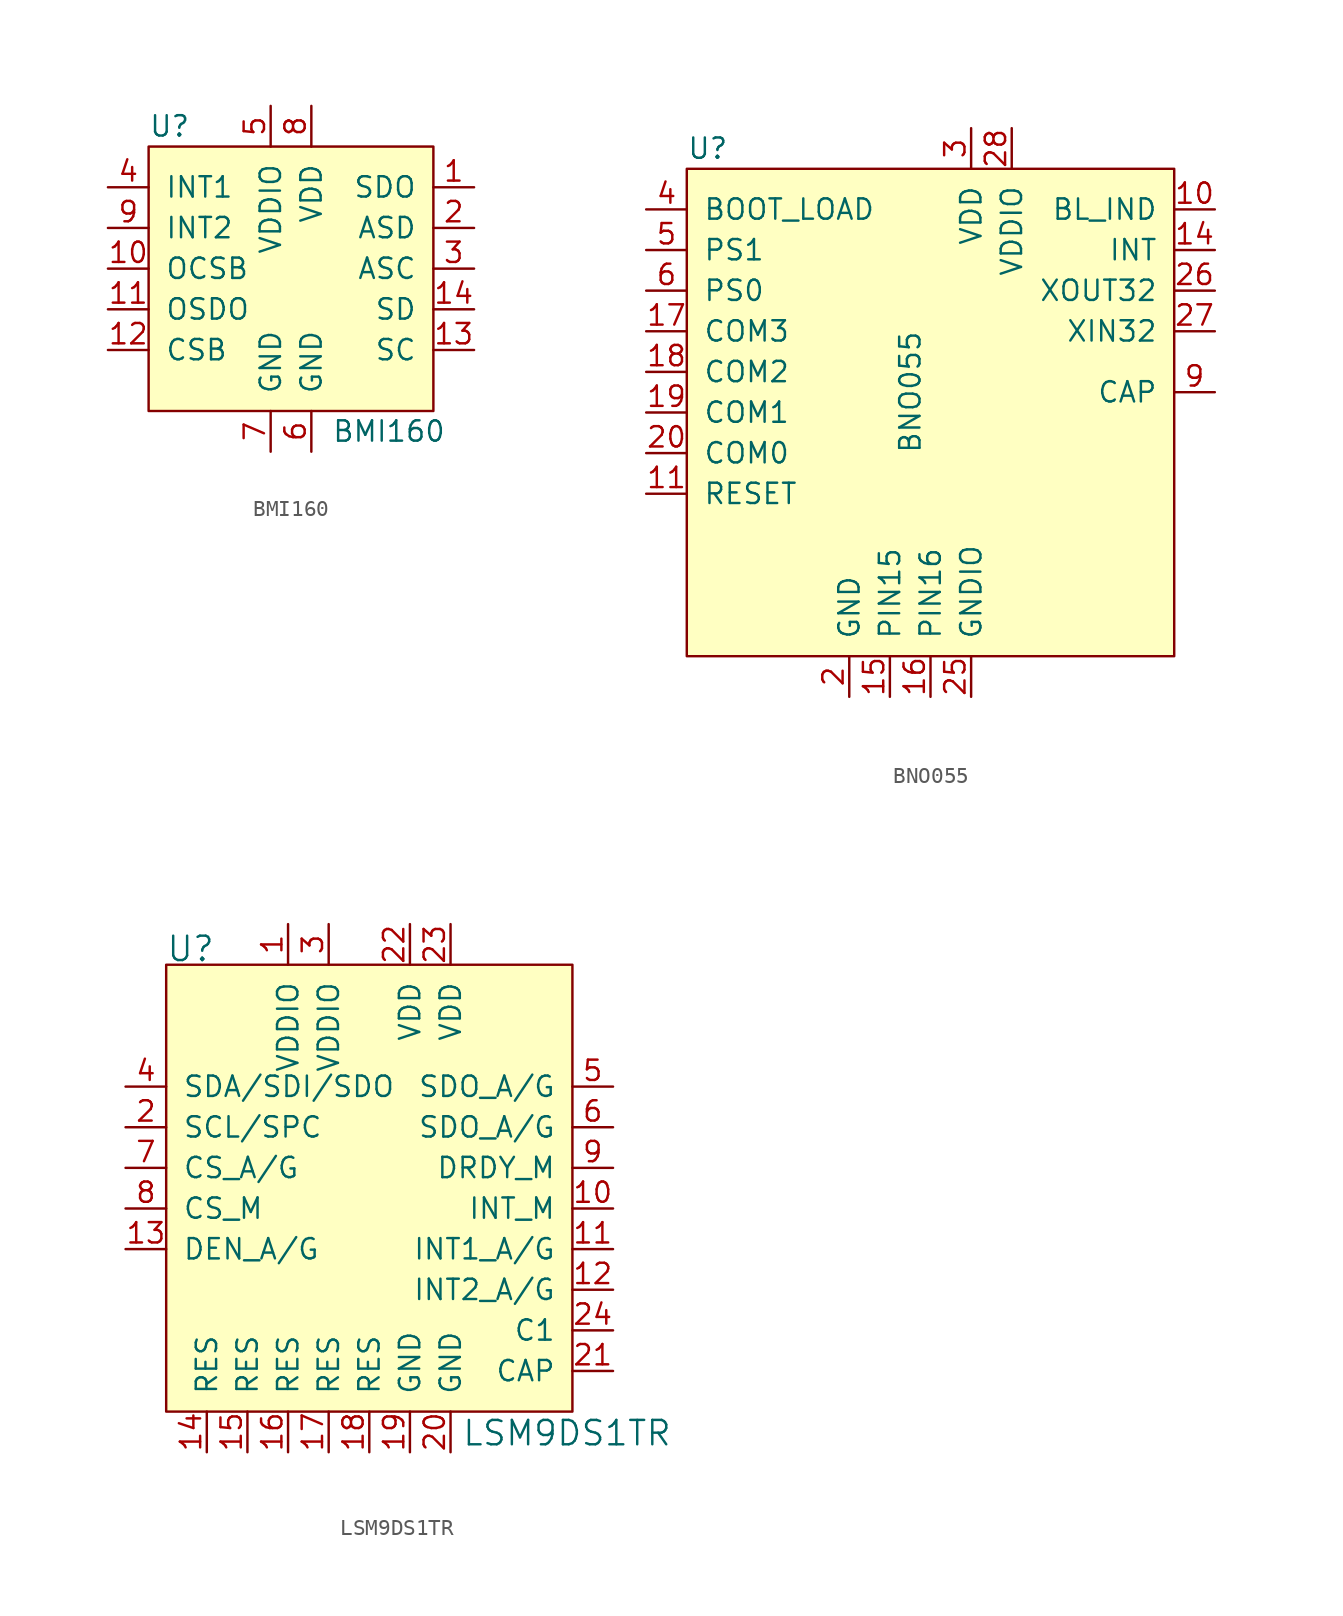
<source format=kicad_sym>
(kicad_symbol_lib
  (version 20231120)
  (generator "kicad_symbol_editor")
  (generator_version "8.0")
  (symbol "BMI160"
    (pin_names
      (offset 1.016))
    (property "Reference" "U"
      (at -7.62 8.89 0)
      (effects (font (size 1.27 1.27)) (justify left)))
    (property "Value" "BMI160"
      (at 3.81 -10.16 0)
      (effects (font (size 1.27 1.27)) (justify left)))
    (symbol "BMI160_0_1"
      (rectangle (start -7.62 7.62) (end 10.16 -8.89) (stroke (width 0) (type default)) (fill (type background))))
    (symbol "BMI160_1_1"
      (pin output line (at 12.7 5.08 180) (length 2.54) (name "SDO" (effects (font (size 1.27 1.27)))) (number "1" (effects (font (size 1.27 1.27)))))
      (pin bidirectional line (at -10.16 0 0) (length 2.54) (name "OCSB" (effects (font (size 1.27 1.27)))) (number "10" (effects (font (size 1.27 1.27)))))
      (pin bidirectional line (at -10.16 -2.54 0) (length 2.54) (name "OSDO" (effects (font (size 1.27 1.27)))) (number "11" (effects (font (size 1.27 1.27)))))
      (pin bidirectional line (at -10.16 -5.08 0) (length 2.54) (name "CSB" (effects (font (size 1.27 1.27)))) (number "12" (effects (font (size 1.27 1.27)))))
      (pin bidirectional line (at 12.7 -5.08 180) (length 2.54) (name "SC" (effects (font (size 1.27 1.27)))) (number "13" (effects (font (size 1.27 1.27)))))
      (pin bidirectional line (at 12.7 -2.54 180) (length 2.54) (name "SD" (effects (font (size 1.27 1.27)))) (number "14" (effects (font (size 1.27 1.27)))))
      (pin bidirectional line (at 12.7 2.54 180) (length 2.54) (name "ASD" (effects (font (size 1.27 1.27)))) (number "2" (effects (font (size 1.27 1.27)))))
      (pin bidirectional line (at 12.7 0 180) (length 2.54) (name "ASC" (effects (font (size 1.27 1.27)))) (number "3" (effects (font (size 1.27 1.27)))))
      (pin bidirectional line (at -10.16 5.08 0) (length 2.54) (name "INT1" (effects (font (size 1.27 1.27)))) (number "4" (effects (font (size 1.27 1.27)))))
      (pin power_in line (at 0 10.16 270) (length 2.54) (name "VDDIO" (effects (font (size 1.27 1.27)))) (number "5" (effects (font (size 1.27 1.27)))))
      (pin power_in line (at 2.54 -11.43 90) (length 2.54) (name "GND" (effects (font (size 1.27 1.27)))) (number "6" (effects (font (size 1.27 1.27)))))
      (pin power_in line (at 0 -11.43 90) (length 2.54) (name "GND" (effects (font (size 1.27 1.27)))) (number "7" (effects (font (size 1.27 1.27)))))
      (pin power_in line (at 2.54 10.16 270) (length 2.54) (name "VDD" (effects (font (size 1.27 1.27)))) (number "8" (effects (font (size 1.27 1.27)))))
      (pin bidirectional line (at -10.16 2.54 0) (length 2.54) (name "INT2" (effects (font (size 1.27 1.27)))) (number "9" (effects (font (size 1.27 1.27)))))))
  (symbol "BNO055"
    (pin_names
      (offset 1.016))
    (property "Reference" "U"
      (at -15.24 13.97 0)
      (effects (font (size 1.27 1.27)) (justify left)))
    (property "Value" "BNO055"
      (at -1.27 -1.27 90)
      (effects (font (size 1.27 1.27))))
    (symbol "BNO055_0_1"
      (rectangle (start -15.24 12.7) (end 15.24 -17.78) (stroke (width 0) (type default)) (fill (type background))))
    (symbol "BNO055_1_1"
      (pin no_connect line (at -15.24 -10.16 0) (length 2.54) hide (name "PIN1" (effects (font (size 1.27 1.27)))) (number "1" (effects (font (size 1.27 1.27)))))
      (pin output line (at 17.78 10.16 180) (length 2.54) (name "BL_IND" (effects (font (size 1.27 1.27)))) (number "10" (effects (font (size 1.27 1.27)))))
      (pin input line (at -17.78 -7.62 0) (length 2.54) (name "RESET" (effects (font (size 1.27 1.27)))) (number "11" (effects (font (size 1.27 1.27)))))
      (pin no_connect line (at 15.24 -16.51 180) (length 2.54) hide (name "PIN12" (effects (font (size 1.27 1.27)))) (number "12" (effects (font (size 1.27 1.27)))))
      (pin no_connect line (at 15.24 -13.97 180) (length 2.54) hide (name "PIN13" (effects (font (size 1.27 1.27)))) (number "13" (effects (font (size 1.27 1.27)))))
      (pin output line (at 17.78 7.62 180) (length 2.54) (name "INT" (effects (font (size 1.27 1.27)))) (number "14" (effects (font (size 1.27 1.27)))))
      (pin power_in line (at -2.54 -20.32 90) (length 2.54) (name "PIN15" (effects (font (size 1.27 1.27)))) (number "15" (effects (font (size 1.27 1.27)))))
      (pin power_in line (at 0 -20.32 90) (length 2.54) (name "PIN16" (effects (font (size 1.27 1.27)))) (number "16" (effects (font (size 1.27 1.27)))))
      (pin input line (at -17.78 2.54 0) (length 2.54) (name "COM3" (effects (font (size 1.27 1.27)))) (number "17" (effects (font (size 1.27 1.27)))))
      (pin input line (at -17.78 0 0) (length 2.54) (name "COM2" (effects (font (size 1.27 1.27)))) (number "18" (effects (font (size 1.27 1.27)))))
      (pin input line (at -17.78 -2.54 0) (length 2.54) (name "COM1" (effects (font (size 1.27 1.27)))) (number "19" (effects (font (size 1.27 1.27)))))
      (pin power_in line (at -5.08 -20.32 90) (length 2.54) (name "GND" (effects (font (size 1.27 1.27)))) (number "2" (effects (font (size 1.27 1.27)))))
      (pin input line (at -17.78 -5.08 0) (length 2.54) (name "COM0" (effects (font (size 1.27 1.27)))) (number "20" (effects (font (size 1.27 1.27)))))
      (pin no_connect line (at 15.24 -11.43 180) (length 2.54) hide (name "PIN21" (effects (font (size 1.27 1.27)))) (number "21" (effects (font (size 1.27 1.27)))))
      (pin no_connect line (at 15.24 -8.89 180) (length 2.54) hide (name "PIN22" (effects (font (size 1.27 1.27)))) (number "22" (effects (font (size 1.27 1.27)))))
      (pin no_connect line (at 15.24 -6.35 180) (length 2.54) hide (name "PIN23" (effects (font (size 1.27 1.27)))) (number "23" (effects (font (size 1.27 1.27)))))
      (pin no_connect line (at 15.24 -3.81 180) (length 2.54) hide (name "PIN24" (effects (font (size 1.27 1.27)))) (number "24" (effects (font (size 1.27 1.27)))))
      (pin power_in line (at 2.54 -20.32 90) (length 2.54) (name "GNDIO" (effects (font (size 1.27 1.27)))) (number "25" (effects (font (size 1.27 1.27)))))
      (pin output line (at 17.78 5.08 180) (length 2.54) (name "XOUT32" (effects (font (size 1.27 1.27)))) (number "26" (effects (font (size 1.27 1.27)))))
      (pin input line (at 17.78 2.54 180) (length 2.54) (name "XIN32" (effects (font (size 1.27 1.27)))) (number "27" (effects (font (size 1.27 1.27)))))
      (pin power_in line (at 5.08 15.24 270) (length 2.54) (name "VDDIO" (effects (font (size 1.27 1.27)))) (number "28" (effects (font (size 1.27 1.27)))))
      (pin power_in line (at 2.54 15.24 270) (length 2.54) (name "VDD" (effects (font (size 1.27 1.27)))) (number "3" (effects (font (size 1.27 1.27)))))
      (pin input line (at -17.78 10.16 0) (length 2.54) (name "BOOT_LOAD" (effects (font (size 1.27 1.27)))) (number "4" (effects (font (size 1.27 1.27)))))
      (pin input line (at -17.78 7.62 0) (length 2.54) (name "PS1" (effects (font (size 1.27 1.27)))) (number "5" (effects (font (size 1.27 1.27)))))
      (pin input line (at -17.78 5.08 0) (length 2.54) (name "PS0" (effects (font (size 1.27 1.27)))) (number "6" (effects (font (size 1.27 1.27)))))
      (pin no_connect line (at -15.24 -12.7 0) (length 2.54) hide (name "PIN7" (effects (font (size 1.27 1.27)))) (number "7" (effects (font (size 1.27 1.27)))))
      (pin no_connect line (at -15.24 -15.24 0) (length 2.54) hide (name "PIN8" (effects (font (size 1.27 1.27)))) (number "8" (effects (font (size 1.27 1.27)))))
      (pin passive line (at 17.78 -1.27 180) (length 2.54) (name "CAP" (effects (font (size 1.27 1.27)))) (number "9" (effects (font (size 1.27 1.27)))))))
  (symbol "LSM9DS1TR"
    (pin_names
      (offset 1.016))
    (property "Reference" "U"
      (at -12.725 18.771 0)
      (effects (font (size 1.524 1.524)) (justify left)))
    (property "Value" "LSM9DS1TR"
      (at 5.766 -11.506 0)
      (effects (font (size 1.524 1.524)) (justify left)))
    (symbol "LSM9DS1TR_0_1"
      (rectangle (start -12.7 17.78) (end 12.7 -10.16) (stroke (width 0) (type default)) (fill (type background))))
    (symbol "LSM9DS1TR_1_0"
      (pin power_in line (at -5.08 20.32 270) (length 2.54) (name "VDDIO" (effects (font (size 1.27 1.27)))) (number "1" (effects (font (size 1.27 1.27)))))
      (pin output line (at 15.24 2.54 180) (length 2.54) (name "INT_M" (effects (font (size 1.27 1.27)))) (number "10" (effects (font (size 1.27 1.27)))))
      (pin output line (at 15.24 0 180) (length 2.54) (name "INT1_A/G" (effects (font (size 1.27 1.27)))) (number "11" (effects (font (size 1.27 1.27)))))
      (pin output line (at 15.24 -2.54 180) (length 2.54) (name "INT2_A/G" (effects (font (size 1.27 1.27)))) (number "12" (effects (font (size 1.27 1.27)))))
      (pin input line (at -15.24 0 0) (length 2.54) (name "DEN_A/G" (effects (font (size 1.27 1.27)))) (number "13" (effects (font (size 1.27 1.27)))))
      (pin power_in line (at -10.16 -12.7 90) (length 2.54) (name "RES" (effects (font (size 1.27 1.27)))) (number "14" (effects (font (size 1.27 1.27)))))
      (pin power_in line (at -7.62 -12.7 90) (length 2.54) (name "RES" (effects (font (size 1.27 1.27)))) (number "15" (effects (font (size 1.27 1.27)))))
      (pin power_in line (at -5.08 -12.7 90) (length 2.54) (name "RES" (effects (font (size 1.27 1.27)))) (number "16" (effects (font (size 1.27 1.27)))))
      (pin power_in line (at -2.54 -12.7 90) (length 2.54) (name "RES" (effects (font (size 1.27 1.27)))) (number "17" (effects (font (size 1.27 1.27)))))
      (pin power_in line (at 0 -12.7 90) (length 2.54) (name "RES" (effects (font (size 1.27 1.27)))) (number "18" (effects (font (size 1.27 1.27)))))
      (pin power_in line (at 2.54 -12.7 90) (length 2.54) (name "GND" (effects (font (size 1.27 1.27)))) (number "19" (effects (font (size 1.27 1.27)))))
      (pin input line (at -15.24 7.62 0) (length 2.54) (name "SCL/SPC" (effects (font (size 1.27 1.27)))) (number "2" (effects (font (size 1.27 1.27)))))
      (pin power_in line (at 5.08 -12.7 90) (length 2.54) (name "GND" (effects (font (size 1.27 1.27)))) (number "20" (effects (font (size 1.27 1.27)))))
      (pin unspecified line (at 15.24 -7.62 180) (length 2.54) (name "CAP" (effects (font (size 1.27 1.27)))) (number "21" (effects (font (size 1.27 1.27)))))
      (pin power_in line (at 2.54 20.32 270) (length 2.54) (name "VDD" (effects (font (size 1.27 1.27)))) (number "22" (effects (font (size 1.27 1.27)))))
      (pin power_in line (at 5.08 20.32 270) (length 2.54) (name "VDD" (effects (font (size 1.27 1.27)))) (number "23" (effects (font (size 1.27 1.27)))))
      (pin unspecified line (at 15.24 -5.08 180) (length 2.54) (name "C1" (effects (font (size 1.27 1.27)))) (number "24" (effects (font (size 1.27 1.27)))))
      (pin power_in line (at -2.54 20.32 270) (length 2.54) (name "VDDIO" (effects (font (size 1.27 1.27)))) (number "3" (effects (font (size 1.27 1.27)))))
      (pin bidirectional line (at -15.24 10.16 0) (length 2.54) (name "SDA/SDI/SDO" (effects (font (size 1.27 1.27)))) (number "4" (effects (font (size 1.27 1.27)))))
      (pin output line (at 15.24 10.16 180) (length 2.54) (name "SDO_A/G" (effects (font (size 1.27 1.27)))) (number "5" (effects (font (size 1.27 1.27)))))
      (pin output line (at 15.24 7.62 180) (length 2.54) (name "SDO_A/G" (effects (font (size 1.27 1.27)))) (number "6" (effects (font (size 1.27 1.27)))))
      (pin input line (at -15.24 5.08 0) (length 2.54) (name "CS_A/G" (effects (font (size 1.27 1.27)))) (number "7" (effects (font (size 1.27 1.27)))))
      (pin input line (at -15.24 2.54 0) (length 2.54) (name "CS_M" (effects (font (size 1.27 1.27)))) (number "8" (effects (font (size 1.27 1.27)))))
      (pin output line (at 15.24 5.08 180) (length 2.54) (name "DRDY_M" (effects (font (size 1.27 1.27)))) (number "9" (effects (font (size 1.27 1.27))))))))
</source>
